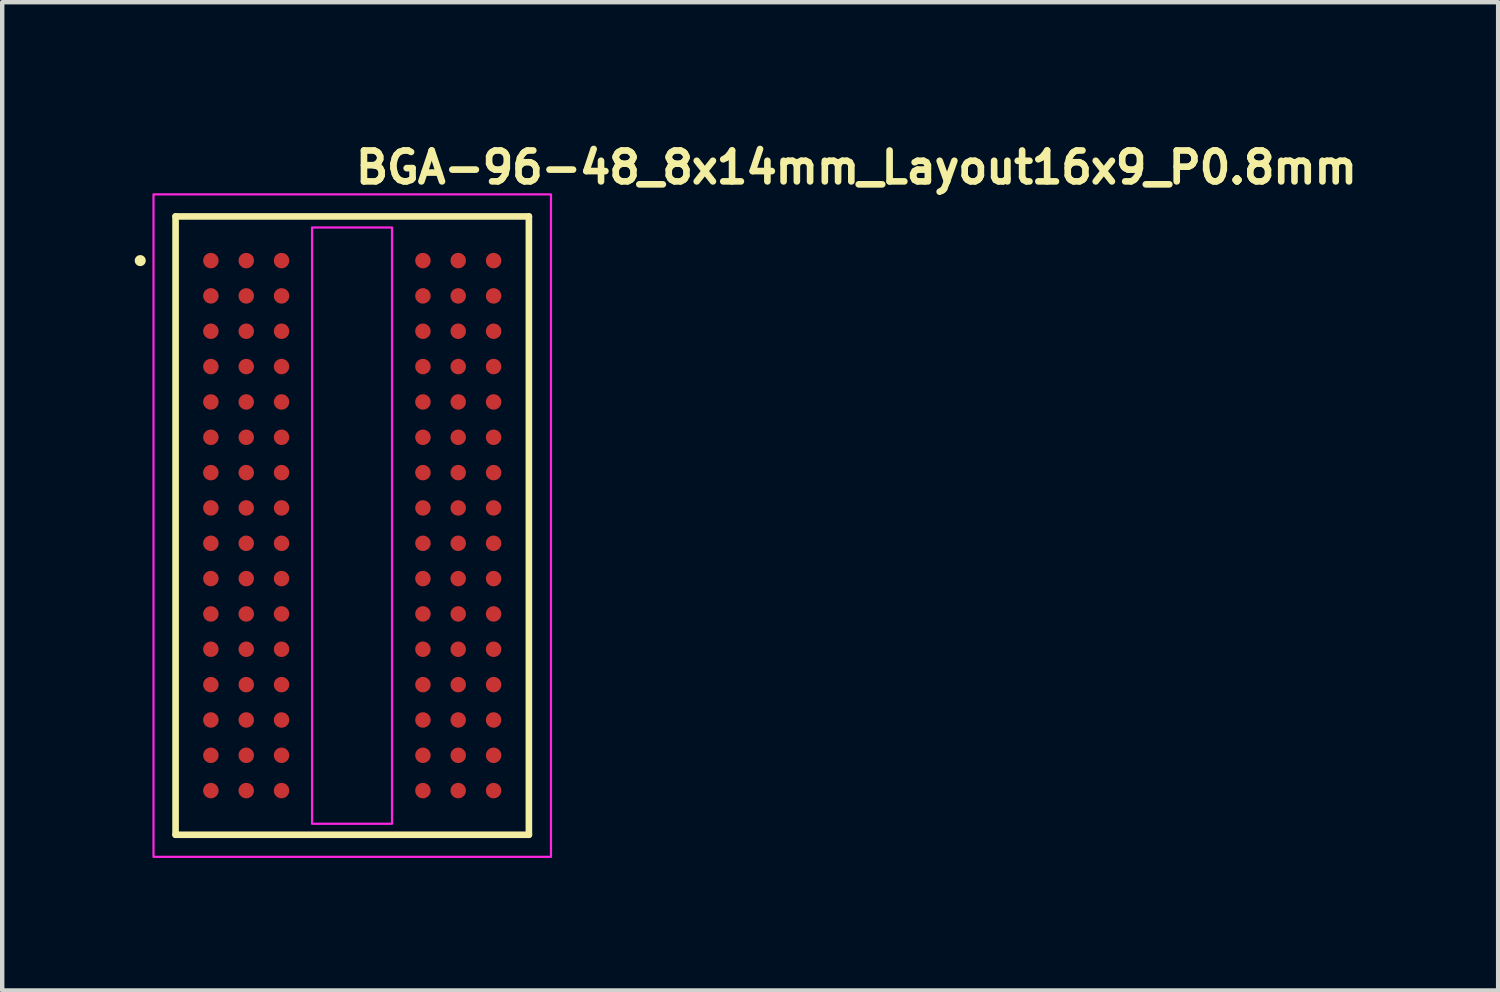
<source format=kicad_pcb>
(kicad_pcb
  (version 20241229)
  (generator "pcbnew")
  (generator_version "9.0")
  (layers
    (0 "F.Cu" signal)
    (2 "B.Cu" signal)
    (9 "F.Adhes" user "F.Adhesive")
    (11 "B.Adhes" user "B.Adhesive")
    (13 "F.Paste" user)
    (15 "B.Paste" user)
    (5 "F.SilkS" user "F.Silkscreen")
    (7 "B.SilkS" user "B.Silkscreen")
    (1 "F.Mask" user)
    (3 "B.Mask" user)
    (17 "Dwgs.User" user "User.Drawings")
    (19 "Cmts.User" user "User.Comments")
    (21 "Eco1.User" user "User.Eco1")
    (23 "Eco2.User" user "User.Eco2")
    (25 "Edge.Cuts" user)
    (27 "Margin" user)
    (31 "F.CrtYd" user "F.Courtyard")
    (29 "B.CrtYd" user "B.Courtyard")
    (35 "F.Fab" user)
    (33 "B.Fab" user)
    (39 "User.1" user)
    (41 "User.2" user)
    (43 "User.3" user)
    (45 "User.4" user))
  (footprint "BGA-96-48_8x14mm_Layout16x9_P0.8mm"
    (layer "F.Cu")
    (at 4.925 8.85)
    (property "Reference" "BGA-96-48_8x14mm_Layout16x9_P0.8mm" (at 0 -7.7 0) (layer "F.SilkS") (effects (font (size 0.7 0.7) (thickness 0.15)) (justify left bottom)))
    (attr smd)
    (fp_line (start -4 -7) (end -4 6.999) (stroke (width 0.15) (type solid)) (layer "F.SilkS"))
    (fp_line (start -4 6.999) (end 3.999 6.999) (stroke (width 0.15) (type solid)) (layer "F.SilkS"))
    (fp_line (start 3.999 -7) (end -4 -7) (stroke (width 0.15) (type solid)) (layer "F.SilkS"))
    (fp_line (start 3.999 6.999) (end 3.999 -7) (stroke (width 0.15) (type solid)) (layer "F.SilkS"))
    (fp_circle (center -4.8 -6) (end -4.75 -6) (stroke (width 0.15) (type solid)) (fill yes) (layer "F.SilkS"))
    (fp_rect (start -4.5 -7.5) (end 4.499 7.499) (stroke (width 0.05) (type solid)) (fill no) (layer "F.CrtYd"))
    (fp_poly (pts (xy -0.91 -6.75) (xy 0.9 -6.75) (xy 0.9 6.75) (xy -0.91 6.75)) (stroke (width 0.05) (type solid)) (fill no) (layer "F.CrtYd"))
    (fp_rect (start -4 -7) (end 3.999 6.999) (stroke (width 0.1) (type solid)) (fill no) (layer "User.5"))
    (fp_line (start -4 -7) (end 3.999 -7) (stroke (width 0.02) (type solid)) (layer "User.9"))
    (fp_line (start -4 6.999) (end -4 -7) (stroke (width 0.02) (type solid)) (layer "User.9"))
    (fp_line (start -3.687 -6.026) (end -3.687 -6) (stroke (width 0.02) (type solid)) (layer "User.9"))
    (fp_line (start -3.687 -6) (end -3.687 -6) (stroke (width 0.02) (type solid)) (layer "User.9"))
    (fp_line (start -3.687 -6) (end -3.687 -5.975) (stroke (width 0.02) (type solid)) (layer "User.9"))
    (fp_line (start -3.687 -5.975) (end -3.685 -5.951) (stroke (width 0.02) (type solid)) (layer "User.9"))
    (fp_line (start -3.685 -6.05) (end -3.687 -6.026) (stroke (width 0.02) (type solid)) (layer "User.9"))
    (fp_line (start -3.685 -5.951) (end -3.682 -5.926) (stroke (width 0.02) (type solid)) (layer "User.9"))
    (fp_line (start -3.682 -6.075) (end -3.685 -6.05) (stroke (width 0.02) (type solid)) (layer "User.9"))
    (fp_line (start -3.682 -5.926) (end -3.677 -5.902) (stroke (width 0.02) (type solid)) (layer "User.9"))
    (fp_line (start -3.677 -6.099) (end -3.682 -6.075) (stroke (width 0.02) (type solid)) (layer "User.9"))
    (fp_line (start -3.677 -5.902) (end -3.672 -5.879) (stroke (width 0.02) (type solid)) (layer "User.9"))
    (fp_line (start -3.672 -6.122) (end -3.677 -6.099) (stroke (width 0.02) (type solid)) (layer "User.9"))
    (fp_line (start -3.672 -5.879) (end -3.665 -5.856) (stroke (width 0.02) (type solid)) (layer "User.9"))
    (fp_line (start -3.665 -6.145) (end -3.672 -6.122) (stroke (width 0.02) (type solid)) (layer "User.9"))
    (fp_line (start -3.665 -5.856) (end -3.658 -5.833) (stroke (width 0.02) (type solid)) (layer "User.9"))
    (fp_line (start -3.658 -6.168) (end -3.665 -6.145) (stroke (width 0.02) (type solid)) (layer "User.9"))
    (fp_line (start -3.658 -5.833) (end -3.649 -5.811) (stroke (width 0.02) (type solid)) (layer "User.9"))
    (fp_line (start -3.649 -6.19) (end -3.658 -6.168) (stroke (width 0.02) (type solid)) (layer "User.9"))
    (fp_line (start -3.649 -5.811) (end -3.639 -5.789) (stroke (width 0.02) (type solid)) (layer "User.9"))
    (fp_line (start -3.639 -6.212) (end -3.649 -6.19) (stroke (width 0.02) (type solid)) (layer "User.9"))
    (fp_line (start -3.639 -5.789) (end -3.629 -5.768) (stroke (width 0.02) (type solid)) (layer "User.9"))
    (fp_line (start -3.629 -6.233) (end -3.639 -6.212) (stroke (width 0.02) (type solid)) (layer "User.9"))
    (fp_line (start -3.629 -5.768) (end -3.617 -5.748) (stroke (width 0.02) (type solid)) (layer "User.9"))
    (fp_line (start -3.617 -6.253) (end -3.629 -6.233) (stroke (width 0.02) (type solid)) (layer "User.9"))
    (fp_line (start -3.617 -5.748) (end -3.604 -5.728) (stroke (width 0.02) (type solid)) (layer "User.9"))
    (fp_line (start -3.604 -6.273) (end -3.617 -6.253) (stroke (width 0.02) (type solid)) (layer "User.9"))
    (fp_line (start -3.604 -5.728) (end -3.591 -5.709) (stroke (width 0.02) (type solid)) (layer "User.9"))
    (fp_line (start -3.591 -6.292) (end -3.604 -6.273) (stroke (width 0.02) (type solid)) (layer "User.9"))
    (fp_line (start -3.591 -5.709) (end -3.576 -5.691) (stroke (width 0.02) (type solid)) (layer "User.9"))
    (fp_line (start -3.576 -6.31) (end -3.591 -6.292) (stroke (width 0.02) (type solid)) (layer "User.9"))
    (fp_line (start -3.576 -5.691) (end -3.561 -5.673) (stroke (width 0.02) (type solid)) (layer "User.9"))
    (fp_line (start -3.561 -6.328) (end -3.576 -6.31) (stroke (width 0.02) (type solid)) (layer "User.9"))
    (fp_line (start -3.561 -5.673) (end -3.545 -5.656) (stroke (width 0.02) (type solid)) (layer "User.9"))
    (fp_line (start -3.545 -6.345) (end -3.561 -6.328) (stroke (width 0.02) (type solid)) (layer "User.9"))
    (fp_line (start -3.545 -5.656) (end -3.528 -5.64) (stroke (width 0.02) (type solid)) (layer "User.9"))
    (fp_line (start -3.528 -6.361) (end -3.545 -6.345) (stroke (width 0.02) (type solid)) (layer "User.9"))
    (fp_line (start -3.528 -5.64) (end -3.51 -5.625) (stroke (width 0.02) (type solid)) (layer "User.9"))
    (fp_line (start -3.51 -6.376) (end -3.528 -6.361) (stroke (width 0.02) (type solid)) (layer "User.9"))
    (fp_line (start -3.51 -5.625) (end -3.492 -5.61) (stroke (width 0.02) (type solid)) (layer "User.9"))
    (fp_line (start -3.492 -6.391) (end -3.51 -6.376) (stroke (width 0.02) (type solid)) (layer "User.9"))
    (fp_line (start -3.492 -5.61) (end -3.473 -5.597) (stroke (width 0.02) (type solid)) (layer "User.9"))
    (fp_line (start -3.473 -6.404) (end -3.492 -6.391) (stroke (width 0.02) (type solid)) (layer "User.9"))
    (fp_line (start -3.473 -5.597) (end -3.453 -5.584) (stroke (width 0.02) (type solid)) (layer "User.9"))
    (fp_line (start -3.453 -6.417) (end -3.473 -6.404) (stroke (width 0.02) (type solid)) (layer "User.9"))
    (fp_line (start -3.453 -5.584) (end -3.433 -5.572) (stroke (width 0.02) (type solid)) (layer "User.9"))
    (fp_line (start -3.433 -6.429) (end -3.453 -6.417) (stroke (width 0.02) (type solid)) (layer "User.9"))
    (fp_line (start -3.433 -5.572) (end -3.412 -5.562) (stroke (width 0.02) (type solid)) (layer "User.9"))
    (fp_line (start -3.412 -6.439) (end -3.433 -6.429) (stroke (width 0.02) (type solid)) (layer "User.9"))
    (fp_line (start -3.412 -5.562) (end -3.39 -5.552) (stroke (width 0.02) (type solid)) (layer "User.9"))
    (fp_line (start -3.39 -6.449) (end -3.412 -6.439) (stroke (width 0.02) (type solid)) (layer "User.9"))
    (fp_line (start -3.39 -5.552) (end -3.368 -5.543) (stroke (width 0.02) (type solid)) (layer "User.9"))
    (fp_line (start -3.368 -6.458) (end -3.39 -6.449) (stroke (width 0.02) (type solid)) (layer "User.9"))
    (fp_line (start -3.368 -5.543) (end -3.345 -5.536) (stroke (width 0.02) (type solid)) (layer "User.9"))
    (fp_line (start -3.345 -6.465) (end -3.368 -6.458) (stroke (width 0.02) (type solid)) (layer "User.9"))
    (fp_line (start -3.345 -5.536) (end -3.322 -5.529) (stroke (width 0.02) (type solid)) (layer "User.9"))
    (fp_line (start -3.322 -6.472) (end -3.345 -6.465) (stroke (width 0.02) (type solid)) (layer "User.9"))
    (fp_line (start -3.322 -5.529) (end -3.299 -5.524) (stroke (width 0.02) (type solid)) (layer "User.9"))
    (fp_line (start -3.299 -6.477) (end -3.322 -6.472) (stroke (width 0.02) (type solid)) (layer "User.9"))
    (fp_line (start -3.299 -5.524) (end -3.275 -5.519) (stroke (width 0.02) (type solid)) (layer "User.9"))
    (fp_line (start -3.275 -6.482) (end -3.299 -6.477) (stroke (width 0.02) (type solid)) (layer "User.9"))
    (fp_line (start -3.275 -5.519) (end -3.25 -5.516) (stroke (width 0.02) (type solid)) (layer "User.9"))
    (fp_line (start -3.25 -6.485) (end -3.275 -6.482) (stroke (width 0.02) (type solid)) (layer "User.9"))
    (fp_line (start -3.25 -5.516) (end -3.226 -5.514) (stroke (width 0.02) (type solid)) (layer "User.9"))
    (fp_line (start -3.226 -6.487) (end -3.25 -6.485) (stroke (width 0.02) (type solid)) (layer "User.9"))
    (fp_line (start -3.226 -5.514) (end -3.201 -5.514) (stroke (width 0.02) (type solid)) (layer "User.9"))
    (fp_line (start -3.201 -6.487) (end -3.226 -6.487) (stroke (width 0.02) (type solid)) (layer "User.9"))
    (fp_line (start -3.201 -6.487) (end -3.201 -6.487) (stroke (width 0.02) (type solid)) (layer "User.9"))
    (fp_line (start -3.201 -5.514) (end -3.201 -5.514) (stroke (width 0.02) (type solid)) (layer "User.9"))
    (fp_line (start -3.201 -5.514) (end -3.175 -5.514) (stroke (width 0.02) (type solid)) (layer "User.9"))
    (fp_line (start -3.175 -6.487) (end -3.201 -6.487) (stroke (width 0.02) (type solid)) (layer "User.9"))
    (fp_line (start -3.175 -5.514) (end -3.151 -5.516) (stroke (width 0.02) (type solid)) (layer "User.9"))
    (fp_line (start -3.151 -6.485) (end -3.175 -6.487) (stroke (width 0.02) (type solid)) (layer "User.9"))
    (fp_line (start -3.151 -5.516) (end -3.126 -5.519) (stroke (width 0.02) (type solid)) (layer "User.9"))
    (fp_line (start -3.126 -6.482) (end -3.151 -6.485) (stroke (width 0.02) (type solid)) (layer "User.9"))
    (fp_line (start -3.126 -5.519) (end -3.102 -5.524) (stroke (width 0.02) (type solid)) (layer "User.9"))
    (fp_line (start -3.102 -6.477) (end -3.126 -6.482) (stroke (width 0.02) (type solid)) (layer "User.9"))
    (fp_line (start -3.102 -5.524) (end -3.079 -5.529) (stroke (width 0.02) (type solid)) (layer "User.9"))
    (fp_line (start -3.079 -6.472) (end -3.102 -6.477) (stroke (width 0.02) (type solid)) (layer "User.9"))
    (fp_line (start -3.079 -5.529) (end -3.056 -5.536) (stroke (width 0.02) (type solid)) (layer "User.9"))
    (fp_line (start -3.056 -6.465) (end -3.079 -6.472) (stroke (width 0.02) (type solid)) (layer "User.9"))
    (fp_line (start -3.056 -5.536) (end -3.033 -5.543) (stroke (width 0.02) (type solid)) (layer "User.9"))
    (fp_line (start -3.033 -6.458) (end -3.056 -6.465) (stroke (width 0.02) (type solid)) (layer "User.9"))
    (fp_line (start -3.033 -5.543) (end -3.011 -5.552) (stroke (width 0.02) (type solid)) (layer "User.9"))
    (fp_line (start -3.011 -6.449) (end -3.033 -6.458) (stroke (width 0.02) (type solid)) (layer "User.9"))
    (fp_line (start -3.011 -5.552) (end -2.989 -5.562) (stroke (width 0.02) (type solid)) (layer "User.9"))
    (fp_line (start -2.989 -6.439) (end -3.011 -6.449) (stroke (width 0.02) (type solid)) (layer "User.9"))
    (fp_line (start -2.989 -5.562) (end -2.968 -5.572) (stroke (width 0.02) (type solid)) (layer "User.9"))
    (fp_line (start -2.968 -6.429) (end -2.989 -6.439) (stroke (width 0.02) (type solid)) (layer "User.9"))
    (fp_line (start -2.968 -5.572) (end -2.948 -5.584) (stroke (width 0.02) (type solid)) (layer "User.9"))
    (fp_line (start -2.948 -6.417) (end -2.968 -6.429) (stroke (width 0.02) (type solid)) (layer "User.9"))
    (fp_line (start -2.948 -5.584) (end -2.928 -5.597) (stroke (width 0.02) (type solid)) (layer "User.9"))
    (fp_line (start -2.928 -6.404) (end -2.948 -6.417) (stroke (width 0.02) (type solid)) (layer "User.9"))
    (fp_line (start -2.928 -5.597) (end -2.909 -5.61) (stroke (width 0.02) (type solid)) (layer "User.9"))
    (fp_line (start -2.909 -6.391) (end -2.928 -6.404) (stroke (width 0.02) (type solid)) (layer "User.9"))
    (fp_line (start -2.909 -5.61) (end -2.891 -5.625) (stroke (width 0.02) (type solid)) (layer "User.9"))
    (fp_line (start -2.891 -6.376) (end -2.909 -6.391) (stroke (width 0.02) (type solid)) (layer "User.9"))
    (fp_line (start -2.891 -5.625) (end -2.873 -5.64) (stroke (width 0.02) (type solid)) (layer "User.9"))
    (fp_line (start -2.873 -6.361) (end -2.891 -6.376) (stroke (width 0.02) (type solid)) (layer "User.9"))
    (fp_line (start -2.873 -5.64) (end -2.856 -5.656) (stroke (width 0.02) (type solid)) (layer "User.9"))
    (fp_line (start -2.856 -6.345) (end -2.873 -6.361) (stroke (width 0.02) (type solid)) (layer "User.9"))
    (fp_line (start -2.856 -5.656) (end -2.84 -5.673) (stroke (width 0.02) (type solid)) (layer "User.9"))
    (fp_line (start -2.84 -6.328) (end -2.856 -6.345) (stroke (width 0.02) (type solid)) (layer "User.9"))
    (fp_line (start -2.84 -5.673) (end -2.825 -5.691) (stroke (width 0.02) (type solid)) (layer "User.9"))
    (fp_line (start -2.825 -6.31) (end -2.84 -6.328) (stroke (width 0.02) (type solid)) (layer "User.9"))
    (fp_line (start -2.825 -5.691) (end -2.81 -5.709) (stroke (width 0.02) (type solid)) (layer "User.9"))
    (fp_line (start -2.81 -6.292) (end -2.825 -6.31) (stroke (width 0.02) (type solid)) (layer "User.9"))
    (fp_line (start -2.81 -5.709) (end -2.797 -5.728) (stroke (width 0.02) (type solid)) (layer "User.9"))
    (fp_line (start -2.797 -6.273) (end -2.81 -6.292) (stroke (width 0.02) (type solid)) (layer "User.9"))
    (fp_line (start -2.797 -5.728) (end -2.784 -5.748) (stroke (width 0.02) (type solid)) (layer "User.9"))
    (fp_line (start -2.784 -6.253) (end -2.797 -6.273) (stroke (width 0.02) (type solid)) (layer "User.9"))
    (fp_line (start -2.784 -5.748) (end -2.772 -5.768) (stroke (width 0.02) (type solid)) (layer "User.9"))
    (fp_line (start -2.772 -6.233) (end -2.784 -6.253) (stroke (width 0.02) (type solid)) (layer "User.9"))
    (fp_line (start -2.772 -5.768) (end -2.762 -5.789) (stroke (width 0.02) (type solid)) (layer "User.9"))
    (fp_line (start -2.762 -6.212) (end -2.772 -6.233) (stroke (width 0.02) (type solid)) (layer "User.9"))
    (fp_line (start -2.762 -5.789) (end -2.752 -5.811) (stroke (width 0.02) (type solid)) (layer "User.9"))
    (fp_line (start -2.752 -6.19) (end -2.762 -6.212) (stroke (width 0.02) (type solid)) (layer "User.9"))
    (fp_line (start -2.752 -5.811) (end -2.743 -5.833) (stroke (width 0.02) (type solid)) (layer "User.9"))
    (fp_line (start -2.743 -6.168) (end -2.752 -6.19) (stroke (width 0.02) (type solid)) (layer "User.9"))
    (fp_line (start -2.743 -5.833) (end -2.736 -5.856) (stroke (width 0.02) (type solid)) (layer "User.9"))
    (fp_line (start -2.736 -6.145) (end -2.743 -6.168) (stroke (width 0.02) (type solid)) (layer "User.9"))
    (fp_line (start -2.736 -5.856) (end -2.729 -5.879) (stroke (width 0.02) (type solid)) (layer "User.9"))
    (fp_line (start -2.729 -6.122) (end -2.736 -6.145) (stroke (width 0.02) (type solid)) (layer "User.9"))
    (fp_line (start -2.729 -5.879) (end -2.724 -5.902) (stroke (width 0.02) (type solid)) (layer "User.9"))
    (fp_line (start -2.724 -6.099) (end -2.729 -6.122) (stroke (width 0.02) (type solid)) (layer "User.9"))
    (fp_line (start -2.724 -5.902) (end -2.719 -5.926) (stroke (width 0.02) (type solid)) (layer "User.9"))
    (fp_line (start -2.719 -6.075) (end -2.724 -6.099) (stroke (width 0.02) (type solid)) (layer "User.9"))
    (fp_line (start -2.719 -5.926) (end -2.716 -5.951) (stroke (width 0.02) (type solid)) (layer "User.9"))
    (fp_line (start -2.716 -6.05) (end -2.719 -6.075) (stroke (width 0.02) (type solid)) (layer "User.9"))
    (fp_line (start -2.716 -5.951) (end -2.714 -5.975) (stroke (width 0.02) (type solid)) (layer "User.9"))
    (fp_line (start -2.714 -6.026) (end -2.716 -6.05) (stroke (width 0.02) (type solid)) (layer "User.9"))
    (fp_line (start -2.714 -6) (end -2.714 -6.026) (stroke (width 0.02) (type solid)) (layer "User.9"))
    (fp_line (start -2.714 -6) (end -2.714 -6) (stroke (width 0.02) (type solid)) (layer "User.9"))
    (fp_line (start -2.714 -6) (end -2.714 -6) (stroke (width 0.02) (type solid)) (layer "User.9"))
    (fp_line (start -2.714 -5.975) (end -2.714 -6) (stroke (width 0.02) (type solid)) (layer "User.9"))
    (fp_line (start 3.999 -7) (end 3.999 6.999) (stroke (width 0.02) (type solid)) (layer "User.9"))
    (fp_line (start 3.999 6.999) (end -4 6.999) (stroke (width 0.02) (type solid)) (layer "User.9"))
    (pad "A1" smd circle (at -3.201 -6) (size 0.35 0.35) (layers "F.Cu" "F.Mask" "F.Paste"))
    (pad "A2" smd circle (at -2.4 -6) (size 0.35 0.35) (layers "F.Cu" "F.Mask" "F.Paste"))
    (pad "A3" smd circle (at -1.601 -6) (size 0.35 0.35) (layers "F.Cu" "F.Mask" "F.Paste"))
    (pad "A7" smd circle (at 1.6 -6) (size 0.35 0.35) (layers "F.Cu" "F.Mask" "F.Paste"))
    (pad "A8" smd circle (at 2.399 -6) (size 0.35 0.35) (layers "F.Cu" "F.Mask" "F.Paste"))
    (pad "A9" smd circle (at 3.2 -6) (size 0.35 0.35) (layers "F.Cu" "F.Mask" "F.Paste"))
    (pad "B1" smd circle (at -3.201 -5.201) (size 0.35 0.35) (layers "F.Cu" "F.Mask" "F.Paste"))
    (pad "B2" smd circle (at -2.4 -5.201) (size 0.35 0.35) (layers "F.Cu" "F.Mask" "F.Paste"))
    (pad "B3" smd circle (at -1.601 -5.201) (size 0.35 0.35) (layers "F.Cu" "F.Mask" "F.Paste"))
    (pad "B7" smd circle (at 1.6 -5.201) (size 0.35 0.35) (layers "F.Cu" "F.Mask" "F.Paste"))
    (pad "B8" smd circle (at 2.399 -5.201) (size 0.35 0.35) (layers "F.Cu" "F.Mask" "F.Paste"))
    (pad "B9" smd circle (at 3.2 -5.201) (size 0.35 0.35) (layers "F.Cu" "F.Mask" "F.Paste"))
    (pad "C1" smd circle (at -3.201 -4.401) (size 0.35 0.35) (layers "F.Cu" "F.Mask" "F.Paste"))
    (pad "C2" smd circle (at -2.4 -4.401) (size 0.35 0.35) (layers "F.Cu" "F.Mask" "F.Paste"))
    (pad "C3" smd circle (at -1.601 -4.401) (size 0.35 0.35) (layers "F.Cu" "F.Mask" "F.Paste"))
    (pad "C7" smd circle (at 1.6 -4.401) (size 0.35 0.35) (layers "F.Cu" "F.Mask" "F.Paste"))
    (pad "C8" smd circle (at 2.399 -4.401) (size 0.35 0.35) (layers "F.Cu" "F.Mask" "F.Paste"))
    (pad "C9" smd circle (at 3.2 -4.401) (size 0.35 0.35) (layers "F.Cu" "F.Mask" "F.Paste"))
    (pad "D1" smd circle (at -3.201 -3.601) (size 0.35 0.35) (layers "F.Cu" "F.Mask" "F.Paste"))
    (pad "D2" smd circle (at -2.4 -3.601) (size 0.35 0.35) (layers "F.Cu" "F.Mask" "F.Paste"))
    (pad "D3" smd circle (at -1.601 -3.601) (size 0.35 0.35) (layers "F.Cu" "F.Mask" "F.Paste"))
    (pad "D7" smd circle (at 1.6 -3.601) (size 0.35 0.35) (layers "F.Cu" "F.Mask" "F.Paste"))
    (pad "D8" smd circle (at 2.399 -3.601) (size 0.35 0.35) (layers "F.Cu" "F.Mask" "F.Paste"))
    (pad "D9" smd circle (at 3.2 -3.601) (size 0.35 0.35) (layers "F.Cu" "F.Mask" "F.Paste"))
    (pad "E1" smd circle (at -3.201 -2.8) (size 0.35 0.35) (layers "F.Cu" "F.Mask" "F.Paste"))
    (pad "E2" smd circle (at -2.4 -2.8) (size 0.35 0.35) (layers "F.Cu" "F.Mask" "F.Paste"))
    (pad "E3" smd circle (at -1.601 -2.8) (size 0.35 0.35) (layers "F.Cu" "F.Mask" "F.Paste"))
    (pad "E7" smd circle (at 1.6 -2.8) (size 0.35 0.35) (layers "F.Cu" "F.Mask" "F.Paste"))
    (pad "E8" smd circle (at 2.399 -2.8) (size 0.35 0.35) (layers "F.Cu" "F.Mask" "F.Paste"))
    (pad "E9" smd circle (at 3.2 -2.8) (size 0.35 0.35) (layers "F.Cu" "F.Mask" "F.Paste"))
    (pad "F1" smd circle (at -3.201 -2) (size 0.35 0.35) (layers "F.Cu" "F.Mask" "F.Paste"))
    (pad "F2" smd circle (at -2.4 -2) (size 0.35 0.35) (layers "F.Cu" "F.Mask" "F.Paste"))
    (pad "F3" smd circle (at -1.601 -2) (size 0.35 0.35) (layers "F.Cu" "F.Mask" "F.Paste"))
    (pad "F7" smd circle (at 1.6 -2) (size 0.35 0.35) (layers "F.Cu" "F.Mask" "F.Paste"))
    (pad "F8" smd circle (at 2.399 -2) (size 0.35 0.35) (layers "F.Cu" "F.Mask" "F.Paste"))
    (pad "F9" smd circle (at 3.2 -2) (size 0.35 0.35) (layers "F.Cu" "F.Mask" "F.Paste"))
    (pad "G1" smd circle (at -3.201 -1.2) (size 0.35 0.35) (layers "F.Cu" "F.Mask" "F.Paste"))
    (pad "G2" smd circle (at -2.4 -1.2) (size 0.35 0.35) (layers "F.Cu" "F.Mask" "F.Paste"))
    (pad "G3" smd circle (at -1.601 -1.2) (size 0.35 0.35) (layers "F.Cu" "F.Mask" "F.Paste"))
    (pad "G7" smd circle (at 1.6 -1.2) (size 0.35 0.35) (layers "F.Cu" "F.Mask" "F.Paste"))
    (pad "G8" smd circle (at 2.399 -1.2) (size 0.35 0.35) (layers "F.Cu" "F.Mask" "F.Paste"))
    (pad "G9" smd circle (at 3.2 -1.2) (size 0.35 0.35) (layers "F.Cu" "F.Mask" "F.Paste"))
    (pad "H1" smd circle (at -3.201 -0.401) (size 0.35 0.35) (layers "F.Cu" "F.Mask" "F.Paste"))
    (pad "H2" smd circle (at -2.4 -0.401) (size 0.35 0.35) (layers "F.Cu" "F.Mask" "F.Paste"))
    (pad "H3" smd circle (at -1.601 -0.401) (size 0.35 0.35) (layers "F.Cu" "F.Mask" "F.Paste"))
    (pad "H7" smd circle (at 1.6 -0.401) (size 0.35 0.35) (layers "F.Cu" "F.Mask" "F.Paste"))
    (pad "H8" smd circle (at 2.399 -0.401) (size 0.35 0.35) (layers "F.Cu" "F.Mask" "F.Paste"))
    (pad "H9" smd circle (at 3.2 -0.401) (size 0.35 0.35) (layers "F.Cu" "F.Mask" "F.Paste"))
    (pad "J1" smd circle (at -3.201 0.4) (size 0.35 0.35) (layers "F.Cu" "F.Mask" "F.Paste"))
    (pad "J2" smd circle (at -2.4 0.4) (size 0.35 0.35) (layers "F.Cu" "F.Mask" "F.Paste"))
    (pad "J3" smd circle (at -1.601 0.4) (size 0.35 0.35) (layers "F.Cu" "F.Mask" "F.Paste"))
    (pad "J7" smd circle (at 1.6 0.4) (size 0.35 0.35) (layers "F.Cu" "F.Mask" "F.Paste"))
    (pad "J8" smd circle (at 2.399 0.4) (size 0.35 0.35) (layers "F.Cu" "F.Mask" "F.Paste"))
    (pad "J9" smd circle (at 3.2 0.4) (size 0.35 0.35) (layers "F.Cu" "F.Mask" "F.Paste"))
    (pad "K1" smd circle (at -3.201 1.199) (size 0.35 0.35) (layers "F.Cu" "F.Mask" "F.Paste"))
    (pad "K2" smd circle (at -2.4 1.199) (size 0.35 0.35) (layers "F.Cu" "F.Mask" "F.Paste"))
    (pad "K3" smd circle (at -1.601 1.199) (size 0.35 0.35) (layers "F.Cu" "F.Mask" "F.Paste"))
    (pad "K7" smd circle (at 1.6 1.199) (size 0.35 0.35) (layers "F.Cu" "F.Mask" "F.Paste"))
    (pad "K8" smd circle (at 2.399 1.199) (size 0.35 0.35) (layers "F.Cu" "F.Mask" "F.Paste"))
    (pad "K9" smd circle (at 3.2 1.199) (size 0.35 0.35) (layers "F.Cu" "F.Mask" "F.Paste"))
    (pad "L1" smd circle (at -3.201 1.999) (size 0.35 0.35) (layers "F.Cu" "F.Mask" "F.Paste"))
    (pad "L2" smd circle (at -2.4 1.999) (size 0.35 0.35) (layers "F.Cu" "F.Mask" "F.Paste"))
    (pad "L3" smd circle (at -1.601 1.999) (size 0.35 0.35) (layers "F.Cu" "F.Mask" "F.Paste"))
    (pad "L7" smd circle (at 1.6 1.999) (size 0.35 0.35) (layers "F.Cu" "F.Mask" "F.Paste"))
    (pad "L8" smd circle (at 2.399 1.999) (size 0.35 0.35) (layers "F.Cu" "F.Mask" "F.Paste"))
    (pad "L9" smd circle (at 3.2 1.999) (size 0.35 0.35) (layers "F.Cu" "F.Mask" "F.Paste"))
    (pad "M1" smd circle (at -3.201 2.799) (size 0.35 0.35) (layers "F.Cu" "F.Mask" "F.Paste"))
    (pad "M2" smd circle (at -2.4 2.799) (size 0.35 0.35) (layers "F.Cu" "F.Mask" "F.Paste"))
    (pad "M3" smd circle (at -1.601 2.799) (size 0.35 0.35) (layers "F.Cu" "F.Mask" "F.Paste"))
    (pad "M7" smd circle (at 1.6 2.799) (size 0.35 0.35) (layers "F.Cu" "F.Mask" "F.Paste"))
    (pad "M8" smd circle (at 2.399 2.799) (size 0.35 0.35) (layers "F.Cu" "F.Mask" "F.Paste"))
    (pad "M9" smd circle (at 3.2 2.799) (size 0.35 0.35) (layers "F.Cu" "F.Mask" "F.Paste"))
    (pad "N1" smd circle (at -3.201 3.6) (size 0.35 0.35) (layers "F.Cu" "F.Mask" "F.Paste"))
    (pad "N2" smd circle (at -2.4 3.6) (size 0.35 0.35) (layers "F.Cu" "F.Mask" "F.Paste"))
    (pad "N3" smd circle (at -1.601 3.6) (size 0.35 0.35) (layers "F.Cu" "F.Mask" "F.Paste"))
    (pad "N7" smd circle (at 1.6 3.6) (size 0.35 0.35) (layers "F.Cu" "F.Mask" "F.Paste"))
    (pad "N8" smd circle (at 2.399 3.6) (size 0.35 0.35) (layers "F.Cu" "F.Mask" "F.Paste"))
    (pad "N9" smd circle (at 3.2 3.6) (size 0.35 0.35) (layers "F.Cu" "F.Mask" "F.Paste"))
    (pad "P1" smd circle (at -3.201 4.4) (size 0.35 0.35) (layers "F.Cu" "F.Mask" "F.Paste"))
    (pad "P2" smd circle (at -2.4 4.4) (size 0.35 0.35) (layers "F.Cu" "F.Mask" "F.Paste"))
    (pad "P3" smd circle (at -1.601 4.4) (size 0.35 0.35) (layers "F.Cu" "F.Mask" "F.Paste"))
    (pad "P7" smd circle (at 1.6 4.4) (size 0.35 0.35) (layers "F.Cu" "F.Mask" "F.Paste"))
    (pad "P8" smd circle (at 2.399 4.4) (size 0.35 0.35) (layers "F.Cu" "F.Mask" "F.Paste"))
    (pad "P9" smd circle (at 3.2 4.4) (size 0.35 0.35) (layers "F.Cu" "F.Mask" "F.Paste"))
    (pad "R1" smd circle (at -3.201 5.2) (size 0.35 0.35) (layers "F.Cu" "F.Mask" "F.Paste"))
    (pad "R2" smd circle (at -2.4 5.2) (size 0.35 0.35) (layers "F.Cu" "F.Mask" "F.Paste"))
    (pad "R3" smd circle (at -1.601 5.2) (size 0.35 0.35) (layers "F.Cu" "F.Mask" "F.Paste"))
    (pad "R7" smd circle (at 1.6 5.2) (size 0.35 0.35) (layers "F.Cu" "F.Mask" "F.Paste"))
    (pad "R8" smd circle (at 2.399 5.2) (size 0.35 0.35) (layers "F.Cu" "F.Mask" "F.Paste"))
    (pad "R9" smd circle (at 3.2 5.2) (size 0.35 0.35) (layers "F.Cu" "F.Mask" "F.Paste"))
    (pad "T1" smd circle (at -3.201 5.999) (size 0.35 0.35) (layers "F.Cu" "F.Mask" "F.Paste"))
    (pad "T2" smd circle (at -2.4 5.999) (size 0.35 0.35) (layers "F.Cu" "F.Mask" "F.Paste"))
    (pad "T3" smd circle (at -1.601 5.999) (size 0.35 0.35) (layers "F.Cu" "F.Mask" "F.Paste"))
    (pad "T7" smd circle (at 1.6 5.999) (size 0.35 0.35) (layers "F.Cu" "F.Mask" "F.Paste"))
    (pad "T8" smd circle (at 2.399 5.999) (size 0.35 0.35) (layers "F.Cu" "F.Mask" "F.Paste"))
    (pad "T9" smd circle (at 3.2 5.999) (size 0.35 0.35) (layers "F.Cu" "F.Mask" "F.Paste")))
  (gr_rect
    (start -3 -3)
    (end 30.868 19.374)
    (stroke (width 0.1) (type default))
    (fill no)
    (layer "Edge.Cuts")))
</source>
